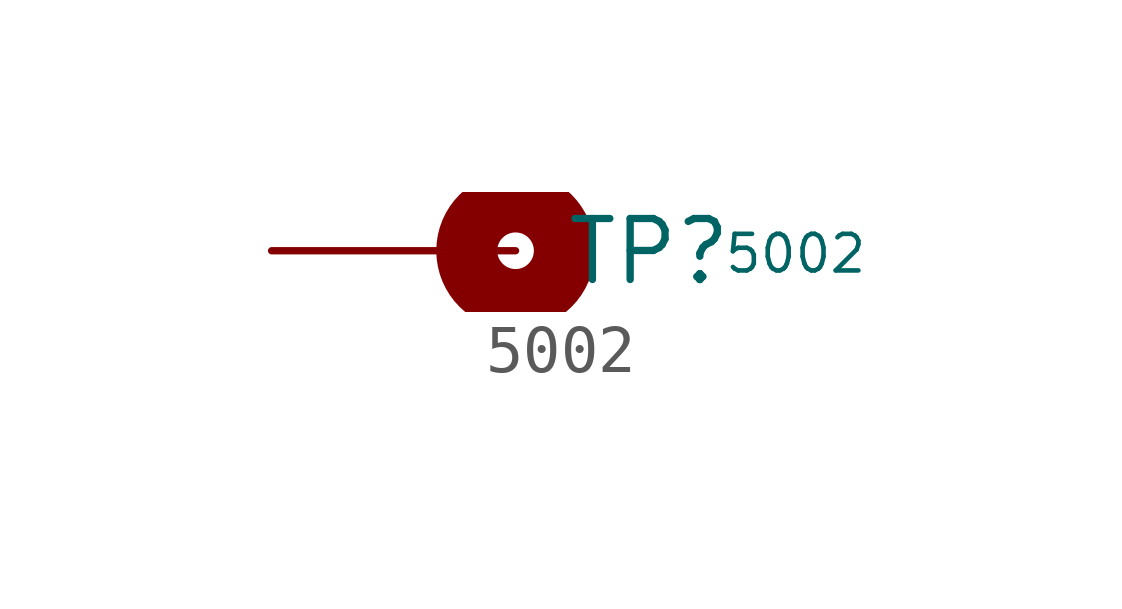
<source format=kicad_sym>
(kicad_symbol_lib
  (version 20241209)
  (generator "kicad_symbol_editor")
  (generator_version "9.0")
  (symbol "5002"
    (pin_names
      (offset 1.016))
    (property "Reference" "TP"
      (at 1.016 -0.762 0)
      (effects (font (size 1.27 1.27)) (justify left bottom)))
    (property "Value" "5002"
      (at 4.318 -0.508 0)
      (effects (font (size 0.762 0.762) (thickness 0.095)) (justify left bottom)))
    (symbol "5002_0_0"
      (circle (center 0 0) (radius 0.381) (stroke (width 1.27) (type default)) (fill (type none))))
    (symbol "5002_1_0"
      (pin passive line (at -5.08 0 0) (length 5.08) (name "~" (effects (font (size 1.016 1.016)))) (number "TP" (effects (font (size 0 0))))))))
</source>
